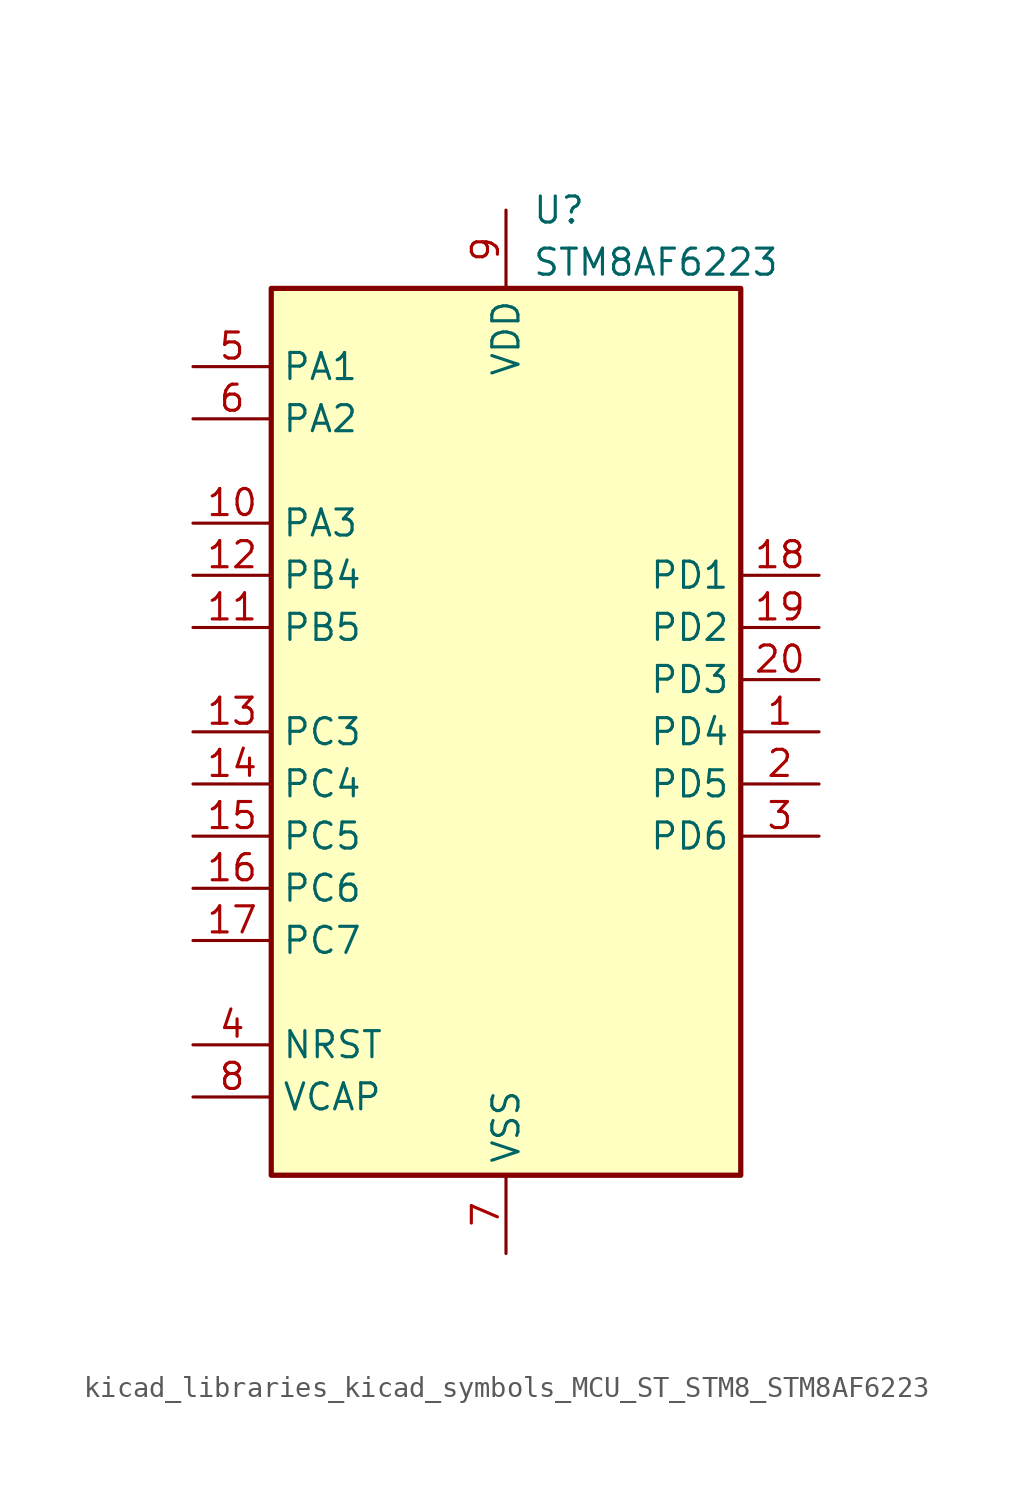
<source format=kicad_sym>
(kicad_symbol_lib
  (version 20220914)
  (generator kicad_symbol_editor)
  (symbol "kicad_libraries_kicad_symbols_MCU_ST_STM8_STM8AF6223"
    (property "Reference" "U"
      (at 1.27 25.4 0)
      (effects (font (size 1.27 1.27)) (justify left)))
    (property "Value" "STM8AF6223"
      (at 1.27 22.86 0)
      (effects (font (size 1.27 1.27)) (justify left)))
    (symbol "kicad_libraries_kicad_symbols_MCU_ST_STM8_STM8AF6223_0_1"
      (rectangle (start -11.43 21.59) (end 11.43 -21.59) (stroke (width 0.254) (type default)) (fill (type background))))
    (symbol "kicad_libraries_kicad_symbols_MCU_ST_STM8_STM8AF6223_1_1"
      (pin bidirectional line (at 15.24 0 180) (length 3.81) (name "PD4" (effects (font (size 1.27 1.27)))) (number "1" (effects (font (size 1.27 1.27)))))
      (pin bidirectional line (at -15.24 10.16 0) (length 3.81) (name "PA3" (effects (font (size 1.27 1.27)))) (number "10" (effects (font (size 1.27 1.27)))))
      (pin bidirectional line (at -15.24 5.08 0) (length 3.81) (name "PB5" (effects (font (size 1.27 1.27)))) (number "11" (effects (font (size 1.27 1.27)))))
      (pin bidirectional line (at -15.24 7.62 0) (length 3.81) (name "PB4" (effects (font (size 1.27 1.27)))) (number "12" (effects (font (size 1.27 1.27)))))
      (pin bidirectional line (at -15.24 0 0) (length 3.81) (name "PC3" (effects (font (size 1.27 1.27)))) (number "13" (effects (font (size 1.27 1.27)))))
      (pin bidirectional line (at -15.24 -2.54 0) (length 3.81) (name "PC4" (effects (font (size 1.27 1.27)))) (number "14" (effects (font (size 1.27 1.27)))))
      (pin bidirectional line (at -15.24 -5.08 0) (length 3.81) (name "PC5" (effects (font (size 1.27 1.27)))) (number "15" (effects (font (size 1.27 1.27)))))
      (pin bidirectional line (at -15.24 -7.62 0) (length 3.81) (name "PC6" (effects (font (size 1.27 1.27)))) (number "16" (effects (font (size 1.27 1.27)))))
      (pin bidirectional line (at -15.24 -10.16 0) (length 3.81) (name "PC7" (effects (font (size 1.27 1.27)))) (number "17" (effects (font (size 1.27 1.27)))))
      (pin bidirectional line (at 15.24 7.62 180) (length 3.81) (name "PD1" (effects (font (size 1.27 1.27)))) (number "18" (effects (font (size 1.27 1.27)))))
      (pin bidirectional line (at 15.24 5.08 180) (length 3.81) (name "PD2" (effects (font (size 1.27 1.27)))) (number "19" (effects (font (size 1.27 1.27)))))
      (pin bidirectional line (at 15.24 -2.54 180) (length 3.81) (name "PD5" (effects (font (size 1.27 1.27)))) (number "2" (effects (font (size 1.27 1.27)))))
      (pin bidirectional line (at 15.24 2.54 180) (length 3.81) (name "PD3" (effects (font (size 1.27 1.27)))) (number "20" (effects (font (size 1.27 1.27)))))
      (pin bidirectional line (at 15.24 -5.08 180) (length 3.81) (name "PD6" (effects (font (size 1.27 1.27)))) (number "3" (effects (font (size 1.27 1.27)))))
      (pin input line (at -15.24 -15.24 0) (length 3.81) (name "NRST" (effects (font (size 1.27 1.27)))) (number "4" (effects (font (size 1.27 1.27)))))
      (pin bidirectional line (at -15.24 17.78 0) (length 3.81) (name "PA1" (effects (font (size 1.27 1.27)))) (number "5" (effects (font (size 1.27 1.27)))))
      (pin bidirectional line (at -15.24 15.24 0) (length 3.81) (name "PA2" (effects (font (size 1.27 1.27)))) (number "6" (effects (font (size 1.27 1.27)))))
      (pin power_in line (at 0 -25.4 90) (length 3.81) (name "VSS" (effects (font (size 1.27 1.27)))) (number "7" (effects (font (size 1.27 1.27)))))
      (pin input line (at -15.24 -17.78 0) (length 3.81) (name "VCAP" (effects (font (size 1.27 1.27)))) (number "8" (effects (font (size 1.27 1.27)))))
      (pin power_in line (at 0 25.4 270) (length 3.81) (name "VDD" (effects (font (size 1.27 1.27)))) (number "9" (effects (font (size 1.27 1.27))))))))
</source>
